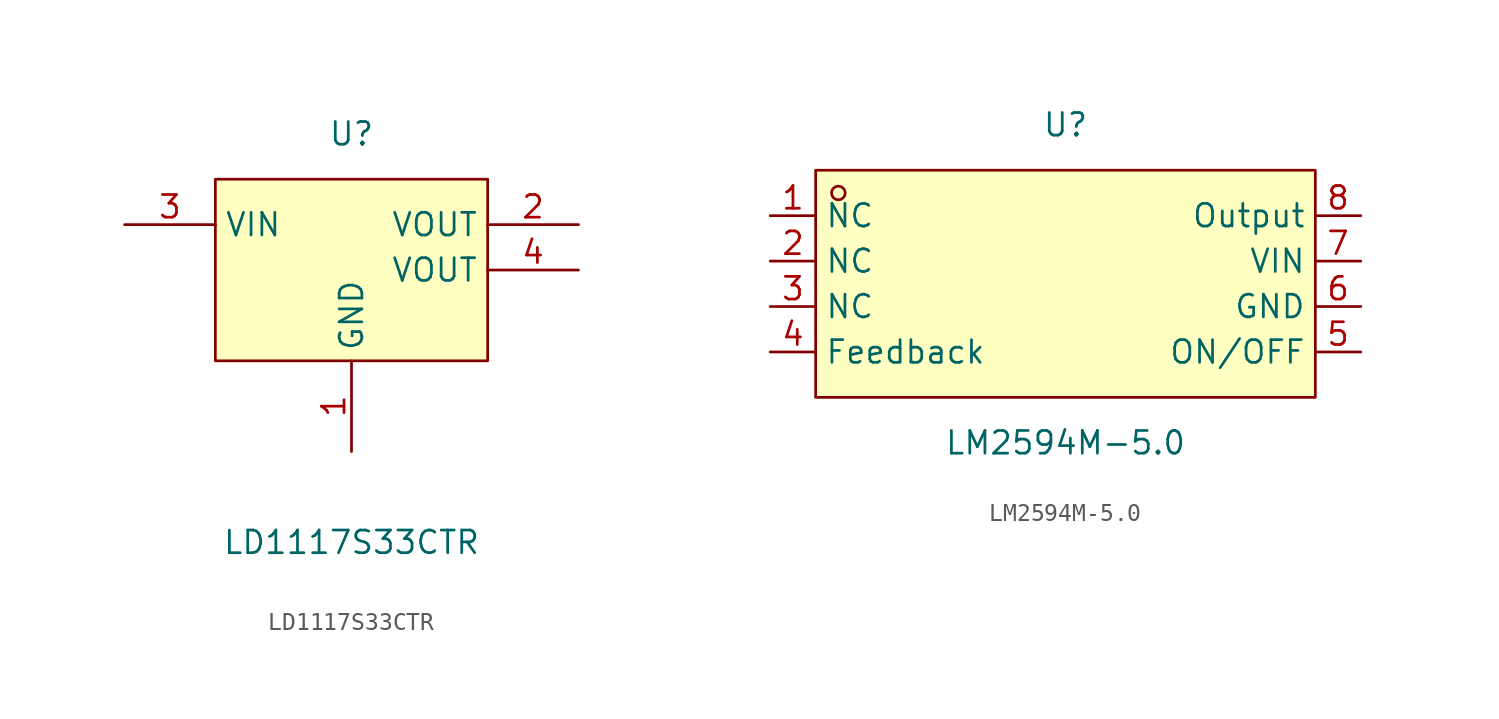
<source format=kicad_sym>
(kicad_symbol_lib
  (version 20220914)
  (generator kicad_symbol_editor)
  (symbol "LD1117S33CTR"
    (property "Reference" "U"
      (at 0 10.16 0)
      (effects (font (size 1.27 1.27))))
    (property "Value" "LD1117S33CTR"
      (at 0 -12.7 0)
      (effects (font (size 1.27 1.27))))
    (symbol "LD1117S33CTR_0_1"
      (rectangle (start -7.62 7.62) (end 7.62 -2.54) (stroke (width 0) (type default)) (fill (type background)))
      (pin power_in line (at 0 -7.62 90) (length 5.08) (name "GND" (effects (font (size 1.27 1.27)))) (number "1" (effects (font (size 1.27 1.27)))))
      (pin power_in line (at 12.7 5.08 180) (length 5.08) (name "VOUT" (effects (font (size 1.27 1.27)))) (number "2" (effects (font (size 1.27 1.27)))))
      (pin power_in line (at -12.7 5.08 0) (length 5.08) (name "VIN" (effects (font (size 1.27 1.27)))) (number "3" (effects (font (size 1.27 1.27)))))
      (pin power_in line (at 12.7 2.54 180) (length 5.08) (name "VOUT" (effects (font (size 1.27 1.27)))) (number "4" (effects (font (size 1.27 1.27)))))))
  (symbol "LM2594M-5.0"
    (property "Reference" "U"
      (at 0 8.89 0)
      (effects (font (size 1.27 1.27))))
    (property "Value" "LM2594M-5.0"
      (at 0 -8.89 0)
      (effects (font (size 1.27 1.27))))
    (symbol "LM2594M-5.0_0_1"
      (rectangle (start -13.97 6.35) (end 13.97 -6.35) (stroke (width 0) (type default)) (fill (type background)))
      (circle (center -12.7 5.08) (radius 0.38) (stroke (width 0) (type default)) (fill (type none)))
      (pin unspecified line (at -16.51 3.81 0) (length 2.54) (name "NC" (effects (font (size 1.27 1.27)))) (number "1" (effects (font (size 1.27 1.27)))))
      (pin unspecified line (at -16.51 1.27 0) (length 2.54) (name "NC" (effects (font (size 1.27 1.27)))) (number "2" (effects (font (size 1.27 1.27)))))
      (pin unspecified line (at -16.51 -1.27 0) (length 2.54) (name "NC" (effects (font (size 1.27 1.27)))) (number "3" (effects (font (size 1.27 1.27)))))
      (pin unspecified line (at -16.51 -3.81 0) (length 2.54) (name "Feedback" (effects (font (size 1.27 1.27)))) (number "4" (effects (font (size 1.27 1.27)))))
      (pin unspecified line (at 16.51 -3.81 180) (length 2.54) (name "ON/OFF" (effects (font (size 1.27 1.27)))) (number "5" (effects (font (size 1.27 1.27)))))
      (pin unspecified line (at 16.51 -1.27 180) (length 2.54) (name "GND" (effects (font (size 1.27 1.27)))) (number "6" (effects (font (size 1.27 1.27)))))
      (pin unspecified line (at 16.51 1.27 180) (length 2.54) (name "VIN" (effects (font (size 1.27 1.27)))) (number "7" (effects (font (size 1.27 1.27)))))
      (pin unspecified line (at 16.51 3.81 180) (length 2.54) (name "Output" (effects (font (size 1.27 1.27)))) (number "8" (effects (font (size 1.27 1.27))))))))
</source>
